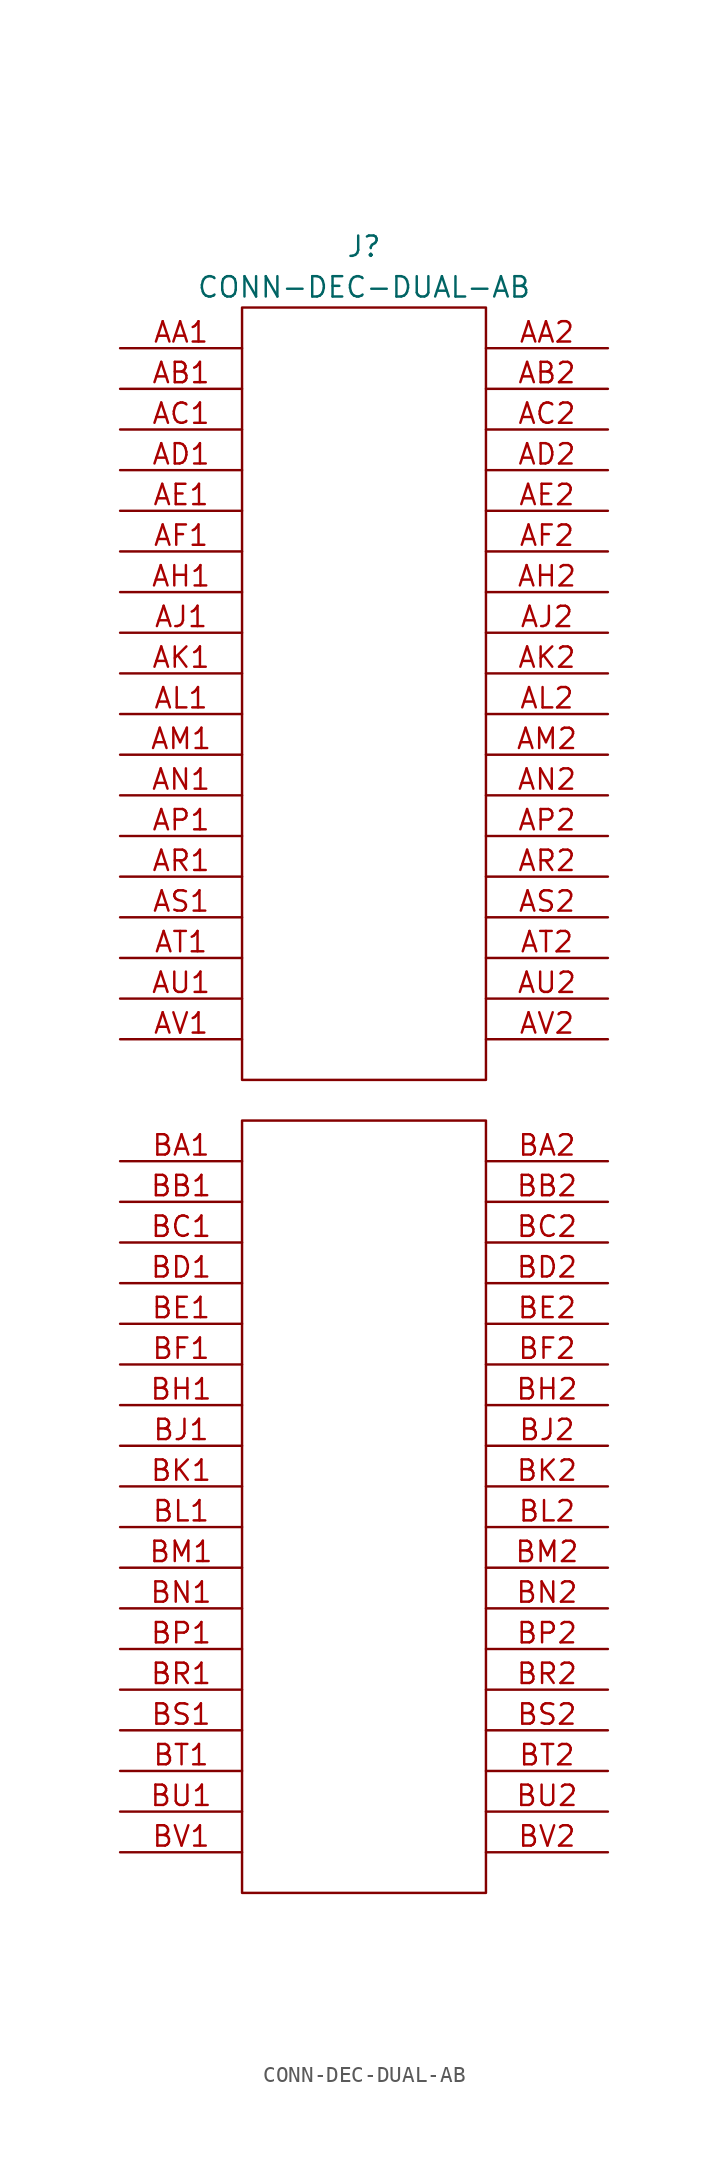
<source format=kicad_sym>
(kicad_symbol_lib
  (version 20220914)
  (generator kicad_symbol_editor)
  (symbol "CONN-DEC-DUAL-AB"
    (pin_names
      (offset 1.016) hide)
    (property "Reference" "J"
      (at 0 26.67 0)
      (effects (font (size 1.27 1.27))))
    (property "Value" "CONN-DEC-DUAL-AB"
      (at 0 24.13 0)
      (effects (font (size 1.27 1.27))))
    (property "Footprint" ""
      (at -5.08 24.13 0)
      (effects (font (size 1.524 1.524))))
    (property "Datasheet" ""
      (at -5.08 24.13 0)
      (effects (font (size 1.524 1.524))))
    (symbol "CONN-DEC-DUAL-AB_0_0"
      (rectangle (start -7.62 -76.2) (end 7.62 -27.94) (stroke (width 0) (type solid)) (fill (type none)))
      (rectangle (start -7.62 -25.4) (end 7.62 22.86) (stroke (width 0) (type solid)) (fill (type none))))
    (symbol "CONN-DEC-DUAL-AB_1_1"
      (pin passive line (at -15.24 20.32 0) (length 7.62) (name "~" (effects (font (size 1.27 1.27)))) (number "AA1" (effects (font (size 1.27 1.27)))))
      (pin passive line (at 15.24 20.32 180) (length 7.62) (name "~" (effects (font (size 1.27 1.27)))) (number "AA2" (effects (font (size 1.27 1.27)))))
      (pin passive line (at -15.24 17.78 0) (length 7.62) (name "~" (effects (font (size 1.27 1.27)))) (number "AB1" (effects (font (size 1.27 1.27)))))
      (pin passive line (at 15.24 17.78 180) (length 7.62) (name "~" (effects (font (size 1.27 1.27)))) (number "AB2" (effects (font (size 1.27 1.27)))))
      (pin passive line (at -15.24 15.24 0) (length 7.62) (name "~" (effects (font (size 1.27 1.27)))) (number "AC1" (effects (font (size 1.27 1.27)))))
      (pin passive line (at 15.24 15.24 180) (length 7.62) (name "~" (effects (font (size 1.27 1.27)))) (number "AC2" (effects (font (size 1.27 1.27)))))
      (pin passive line (at -15.24 12.7 0) (length 7.62) (name "~" (effects (font (size 1.27 1.27)))) (number "AD1" (effects (font (size 1.27 1.27)))))
      (pin passive line (at 15.24 12.7 180) (length 7.62) (name "~" (effects (font (size 1.27 1.27)))) (number "AD2" (effects (font (size 1.27 1.27)))))
      (pin passive line (at -15.24 10.16 0) (length 7.62) (name "~" (effects (font (size 1.27 1.27)))) (number "AE1" (effects (font (size 1.27 1.27)))))
      (pin passive line (at 15.24 10.16 180) (length 7.62) (name "~" (effects (font (size 1.27 1.27)))) (number "AE2" (effects (font (size 1.27 1.27)))))
      (pin passive line (at -15.24 7.62 0) (length 7.62) (name "~" (effects (font (size 1.27 1.27)))) (number "AF1" (effects (font (size 1.27 1.27)))))
      (pin passive line (at 15.24 7.62 180) (length 7.62) (name "~" (effects (font (size 1.27 1.27)))) (number "AF2" (effects (font (size 1.27 1.27)))))
      (pin passive line (at -15.24 5.08 0) (length 7.62) (name "~" (effects (font (size 1.27 1.27)))) (number "AH1" (effects (font (size 1.27 1.27)))))
      (pin passive line (at 15.24 5.08 180) (length 7.62) (name "~" (effects (font (size 1.27 1.27)))) (number "AH2" (effects (font (size 1.27 1.27)))))
      (pin passive line (at -15.24 2.54 0) (length 7.62) (name "~" (effects (font (size 1.27 1.27)))) (number "AJ1" (effects (font (size 1.27 1.27)))))
      (pin input line (at 15.24 2.54 180) (length 7.62) (name "~" (effects (font (size 1.27 1.27)))) (number "AJ2" (effects (font (size 1.27 1.27)))))
      (pin passive line (at -15.24 0 0) (length 7.62) (name "~" (effects (font (size 1.27 1.27)))) (number "AK1" (effects (font (size 1.27 1.27)))))
      (pin passive line (at 15.24 0 180) (length 7.62) (name "~" (effects (font (size 1.27 1.27)))) (number "AK2" (effects (font (size 1.27 1.27)))))
      (pin passive line (at -15.24 -2.54 0) (length 7.62) (name "~" (effects (font (size 1.27 1.27)))) (number "AL1" (effects (font (size 1.27 1.27)))))
      (pin passive line (at 15.24 -2.54 180) (length 7.62) (name "~" (effects (font (size 1.27 1.27)))) (number "AL2" (effects (font (size 1.27 1.27)))))
      (pin passive line (at -15.24 -5.08 0) (length 7.62) (name "~" (effects (font (size 1.27 1.27)))) (number "AM1" (effects (font (size 1.27 1.27)))))
      (pin passive line (at 15.24 -5.08 180) (length 7.62) (name "~" (effects (font (size 1.27 1.27)))) (number "AM2" (effects (font (size 1.27 1.27)))))
      (pin passive line (at -15.24 -7.62 0) (length 7.62) (name "~" (effects (font (size 1.27 1.27)))) (number "AN1" (effects (font (size 1.27 1.27)))))
      (pin passive line (at 15.24 -7.62 180) (length 7.62) (name "~" (effects (font (size 1.27 1.27)))) (number "AN2" (effects (font (size 1.27 1.27)))))
      (pin passive line (at -15.24 -10.16 0) (length 7.62) (name "~" (effects (font (size 1.27 1.27)))) (number "AP1" (effects (font (size 1.27 1.27)))))
      (pin passive line (at 15.24 -10.16 180) (length 7.62) (name "~" (effects (font (size 1.27 1.27)))) (number "AP2" (effects (font (size 1.27 1.27)))))
      (pin passive line (at -15.24 -12.7 0) (length 7.62) (name "~" (effects (font (size 1.27 1.27)))) (number "AR1" (effects (font (size 1.27 1.27)))))
      (pin passive line (at 15.24 -12.7 180) (length 7.62) (name "~" (effects (font (size 1.27 1.27)))) (number "AR2" (effects (font (size 1.27 1.27)))))
      (pin passive line (at -15.24 -15.24 0) (length 7.62) (name "~" (effects (font (size 1.27 1.27)))) (number "AS1" (effects (font (size 1.27 1.27)))))
      (pin passive line (at 15.24 -15.24 180) (length 7.62) (name "~" (effects (font (size 1.27 1.27)))) (number "AS2" (effects (font (size 1.27 1.27)))))
      (pin passive line (at -15.24 -17.78 0) (length 7.62) (name "~" (effects (font (size 1.27 1.27)))) (number "AT1" (effects (font (size 1.27 1.27)))))
      (pin passive line (at 15.24 -17.78 180) (length 7.62) (name "~" (effects (font (size 1.27 1.27)))) (number "AT2" (effects (font (size 1.27 1.27)))))
      (pin passive line (at -15.24 -20.32 0) (length 7.62) (name "~" (effects (font (size 1.27 1.27)))) (number "AU1" (effects (font (size 1.27 1.27)))))
      (pin passive line (at 15.24 -20.32 180) (length 7.62) (name "~" (effects (font (size 1.27 1.27)))) (number "AU2" (effects (font (size 1.27 1.27)))))
      (pin passive line (at -15.24 -22.86 0) (length 7.62) (name "~" (effects (font (size 1.27 1.27)))) (number "AV1" (effects (font (size 1.27 1.27)))))
      (pin passive line (at 15.24 -22.86 180) (length 7.62) (name "~" (effects (font (size 1.27 1.27)))) (number "AV2" (effects (font (size 1.27 1.27)))))
      (pin passive line (at -15.24 -30.48 0) (length 7.62) (name "~" (effects (font (size 1.27 1.27)))) (number "BA1" (effects (font (size 1.27 1.27)))))
      (pin passive line (at 15.24 -30.48 180) (length 7.62) (name "~" (effects (font (size 1.27 1.27)))) (number "BA2" (effects (font (size 1.27 1.27)))))
      (pin passive line (at -15.24 -33.02 0) (length 7.62) (name "~" (effects (font (size 1.27 1.27)))) (number "BB1" (effects (font (size 1.27 1.27)))))
      (pin passive line (at 15.24 -33.02 180) (length 7.62) (name "~" (effects (font (size 1.27 1.27)))) (number "BB2" (effects (font (size 1.27 1.27)))))
      (pin passive line (at -15.24 -35.56 0) (length 7.62) (name "~" (effects (font (size 1.27 1.27)))) (number "BC1" (effects (font (size 1.27 1.27)))))
      (pin passive line (at 15.24 -35.56 180) (length 7.62) (name "~" (effects (font (size 1.27 1.27)))) (number "BC2" (effects (font (size 1.27 1.27)))))
      (pin passive line (at -15.24 -38.1 0) (length 7.62) (name "~" (effects (font (size 1.27 1.27)))) (number "BD1" (effects (font (size 1.27 1.27)))))
      (pin passive line (at 15.24 -38.1 180) (length 7.62) (name "~" (effects (font (size 1.27 1.27)))) (number "BD2" (effects (font (size 1.27 1.27)))))
      (pin passive line (at -15.24 -40.64 0) (length 7.62) (name "~" (effects (font (size 1.27 1.27)))) (number "BE1" (effects (font (size 1.27 1.27)))))
      (pin passive line (at 15.24 -40.64 180) (length 7.62) (name "~" (effects (font (size 1.27 1.27)))) (number "BE2" (effects (font (size 1.27 1.27)))))
      (pin passive line (at -15.24 -43.18 0) (length 7.62) (name "~" (effects (font (size 1.27 1.27)))) (number "BF1" (effects (font (size 1.27 1.27)))))
      (pin passive line (at 15.24 -43.18 180) (length 7.62) (name "~" (effects (font (size 1.27 1.27)))) (number "BF2" (effects (font (size 1.27 1.27)))))
      (pin passive line (at -15.24 -45.72 0) (length 7.62) (name "~" (effects (font (size 1.27 1.27)))) (number "BH1" (effects (font (size 1.27 1.27)))))
      (pin passive line (at 15.24 -45.72 180) (length 7.62) (name "~" (effects (font (size 1.27 1.27)))) (number "BH2" (effects (font (size 1.27 1.27)))))
      (pin passive line (at -15.24 -48.26 0) (length 7.62) (name "~" (effects (font (size 1.27 1.27)))) (number "BJ1" (effects (font (size 1.27 1.27)))))
      (pin passive line (at 15.24 -48.26 180) (length 7.62) (name "~" (effects (font (size 1.27 1.27)))) (number "BJ2" (effects (font (size 1.27 1.27)))))
      (pin passive line (at -15.24 -50.8 0) (length 7.62) (name "~" (effects (font (size 1.27 1.27)))) (number "BK1" (effects (font (size 1.27 1.27)))))
      (pin passive line (at 15.24 -50.8 180) (length 7.62) (name "~" (effects (font (size 1.27 1.27)))) (number "BK2" (effects (font (size 1.27 1.27)))))
      (pin passive line (at -15.24 -53.34 0) (length 7.62) (name "~" (effects (font (size 1.27 1.27)))) (number "BL1" (effects (font (size 1.27 1.27)))))
      (pin passive line (at 15.24 -53.34 180) (length 7.62) (name "~" (effects (font (size 1.27 1.27)))) (number "BL2" (effects (font (size 1.27 1.27)))))
      (pin passive line (at -15.24 -55.88 0) (length 7.62) (name "~" (effects (font (size 1.27 1.27)))) (number "BM1" (effects (font (size 1.27 1.27)))))
      (pin passive line (at 15.24 -55.88 180) (length 7.62) (name "~" (effects (font (size 1.27 1.27)))) (number "BM2" (effects (font (size 1.27 1.27)))))
      (pin passive line (at -15.24 -58.42 0) (length 7.62) (name "~" (effects (font (size 1.27 1.27)))) (number "BN1" (effects (font (size 1.27 1.27)))))
      (pin passive line (at 15.24 -58.42 180) (length 7.62) (name "~" (effects (font (size 1.27 1.27)))) (number "BN2" (effects (font (size 1.27 1.27)))))
      (pin passive line (at -15.24 -60.96 0) (length 7.62) (name "~" (effects (font (size 1.27 1.27)))) (number "BP1" (effects (font (size 1.27 1.27)))))
      (pin passive line (at 15.24 -60.96 180) (length 7.62) (name "~" (effects (font (size 1.27 1.27)))) (number "BP2" (effects (font (size 1.27 1.27)))))
      (pin passive line (at -15.24 -63.5 0) (length 7.62) (name "~" (effects (font (size 1.27 1.27)))) (number "BR1" (effects (font (size 1.27 1.27)))))
      (pin passive line (at 15.24 -63.5 180) (length 7.62) (name "~" (effects (font (size 1.27 1.27)))) (number "BR2" (effects (font (size 1.27 1.27)))))
      (pin passive line (at -15.24 -66.04 0) (length 7.62) (name "~" (effects (font (size 1.27 1.27)))) (number "BS1" (effects (font (size 1.27 1.27)))))
      (pin passive line (at 15.24 -66.04 180) (length 7.62) (name "~" (effects (font (size 1.27 1.27)))) (number "BS2" (effects (font (size 1.27 1.27)))))
      (pin passive line (at -15.24 -68.58 0) (length 7.62) (name "~" (effects (font (size 1.27 1.27)))) (number "BT1" (effects (font (size 1.27 1.27)))))
      (pin passive line (at 15.24 -68.58 180) (length 7.62) (name "~" (effects (font (size 1.27 1.27)))) (number "BT2" (effects (font (size 1.27 1.27)))))
      (pin passive line (at -15.24 -71.12 0) (length 7.62) (name "~" (effects (font (size 1.27 1.27)))) (number "BU1" (effects (font (size 1.27 1.27)))))
      (pin passive line (at 15.24 -71.12 180) (length 7.62) (name "~" (effects (font (size 1.27 1.27)))) (number "BU2" (effects (font (size 1.27 1.27)))))
      (pin passive line (at -15.24 -73.66 0) (length 7.62) (name "~" (effects (font (size 1.27 1.27)))) (number "BV1" (effects (font (size 1.27 1.27)))))
      (pin open_collector line (at 15.24 -73.66 180) (length 7.62) (name "~" (effects (font (size 1.27 1.27)))) (number "BV2" (effects (font (size 1.27 1.27))))))))
</source>
